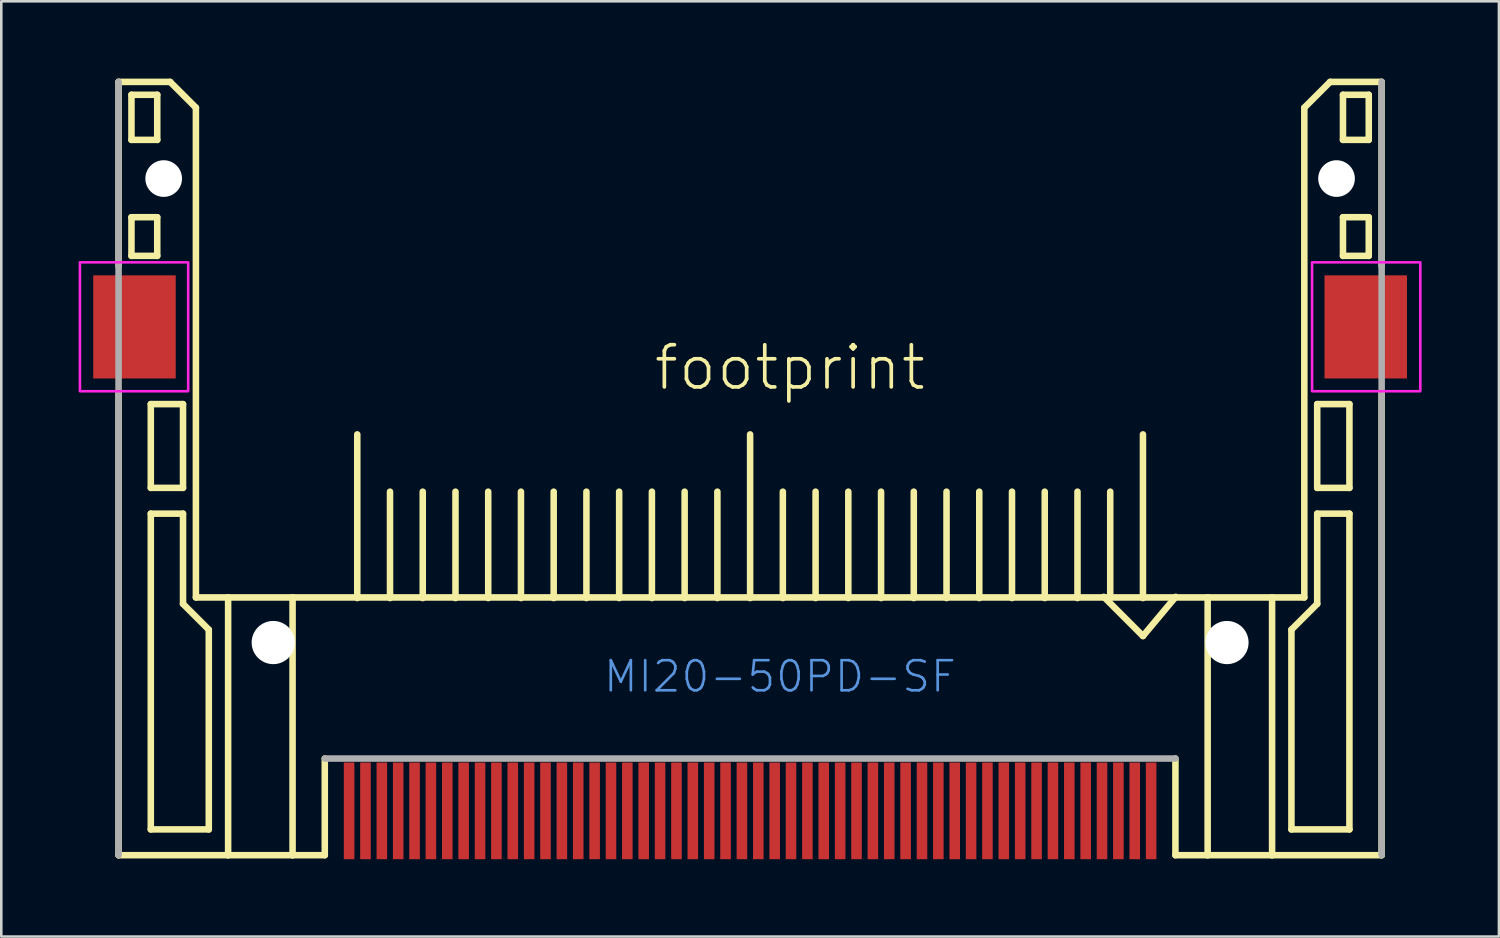
<source format=kicad_pcb>
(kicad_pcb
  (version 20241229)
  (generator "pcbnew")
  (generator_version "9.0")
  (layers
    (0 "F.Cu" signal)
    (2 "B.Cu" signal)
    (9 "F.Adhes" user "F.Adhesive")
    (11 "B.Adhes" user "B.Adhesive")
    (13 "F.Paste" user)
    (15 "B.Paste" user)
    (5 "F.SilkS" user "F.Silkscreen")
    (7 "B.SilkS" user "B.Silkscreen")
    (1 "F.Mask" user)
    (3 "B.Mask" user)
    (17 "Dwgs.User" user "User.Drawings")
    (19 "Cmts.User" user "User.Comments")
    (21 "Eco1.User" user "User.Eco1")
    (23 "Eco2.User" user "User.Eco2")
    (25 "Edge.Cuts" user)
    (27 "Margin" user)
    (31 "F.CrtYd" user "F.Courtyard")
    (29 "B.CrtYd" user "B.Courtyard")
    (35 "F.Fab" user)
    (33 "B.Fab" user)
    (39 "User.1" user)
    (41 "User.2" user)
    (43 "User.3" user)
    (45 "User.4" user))
  (footprint "footprint"
    (layer "F.Cu")
    (at 26.05 9.627)
    (property "Reference" "footprint" (at -3.81 2.54 0) (layer "F.SilkS") (effects (font (size 1.636 1.636) (thickness 0.142)) (justify left bottom)))
    (fp_poly (pts (xy -25.826 2.223) (xy -22.016 2.223) (xy -22.016 -2.223) (xy -25.826 -2.223)) (stroke (width 0) (type solid)) (fill yes) (layer "F.Mask"))
    (fp_poly (pts (xy 22.066 2.223) (xy 25.718 2.223) (xy 25.718 -2.223) (xy 22.066 -2.223)) (stroke (width 0) (type solid)) (fill yes) (layer "F.Mask"))
    (fp_line (start -24.5 -2.36) (end -24.5 -9.5) (stroke (width 0.254) (type solid)) (layer "F.SilkS"))
    (fp_line (start -24.5 20.5) (end -24.5 2.565) (stroke (width 0.254) (type solid)) (layer "F.SilkS"))
    (fp_line (start -24 -9) (end -23 -9) (stroke (width 0.254) (type solid)) (layer "F.SilkS"))
    (fp_line (start -24 -7.25) (end -24 -9) (stroke (width 0.254) (type solid)) (layer "F.SilkS"))
    (fp_line (start -24 -4.25) (end -23 -4.25) (stroke (width 0.254) (type solid)) (layer "F.SilkS"))
    (fp_line (start -24 -2.75) (end -24 -4.25) (stroke (width 0.254) (type solid)) (layer "F.SilkS"))
    (fp_line (start -23.25 3) (end -23.25 6.25) (stroke (width 0.254) (type solid)) (layer "F.SilkS"))
    (fp_line (start -23.25 6.25) (end -22 6.25) (stroke (width 0.254) (type solid)) (layer "F.SilkS"))
    (fp_line (start -23.25 7.25) (end -23.25 19.5) (stroke (width 0.254) (type solid)) (layer "F.SilkS"))
    (fp_line (start -23.25 19.5) (end -21 19.5) (stroke (width 0.254) (type solid)) (layer "F.SilkS"))
    (fp_line (start -23 -9) (end -23 -7.25) (stroke (width 0.254) (type solid)) (layer "F.SilkS"))
    (fp_line (start -23 -7.25) (end -24 -7.25) (stroke (width 0.254) (type solid)) (layer "F.SilkS"))
    (fp_line (start -23 -4.25) (end -23 -2.75) (stroke (width 0.254) (type solid)) (layer "F.SilkS"))
    (fp_line (start -23 -2.75) (end -24 -2.75) (stroke (width 0.254) (type solid)) (layer "F.SilkS"))
    (fp_line (start -22.5 -9.5) (end -24.5 -9.5) (stroke (width 0.254) (type solid)) (layer "F.SilkS"))
    (fp_line (start -22 3) (end -23.25 3) (stroke (width 0.254) (type solid)) (layer "F.SilkS"))
    (fp_line (start -22 6.25) (end -22 3) (stroke (width 0.254) (type solid)) (layer "F.SilkS"))
    (fp_line (start -22 7.25) (end -23.25 7.25) (stroke (width 0.254) (type solid)) (layer "F.SilkS"))
    (fp_line (start -22 10.75) (end -22 7.25) (stroke (width 0.254) (type solid)) (layer "F.SilkS"))
    (fp_line (start -21.5 -8.5) (end -22.5 -9.5) (stroke (width 0.254) (type solid)) (layer "F.SilkS"))
    (fp_line (start -21.5 10.5) (end -21.5 -8.5) (stroke (width 0.254) (type solid)) (layer "F.SilkS"))
    (fp_line (start -21.5 10.5) (end -20.25 10.5) (stroke (width 0.254) (type solid)) (layer "F.SilkS"))
    (fp_line (start -21 11.75) (end -22 10.75) (stroke (width 0.254) (type solid)) (layer "F.SilkS"))
    (fp_line (start -21 19.5) (end -21 11.75) (stroke (width 0.254) (type solid)) (layer "F.SilkS"))
    (fp_line (start -20.25 10.5) (end -20.25 20.5) (stroke (width 0.254) (type solid)) (layer "F.SilkS"))
    (fp_line (start -20.25 10.5) (end -17.75 10.5) (stroke (width 0.254) (type solid)) (layer "F.SilkS"))
    (fp_line (start -20.25 20.5) (end -24.5 20.5) (stroke (width 0.254) (type solid)) (layer "F.SilkS"))
    (fp_line (start -17.75 10.5) (end -17.75 20.5) (stroke (width 0.254) (type solid)) (layer "F.SilkS"))
    (fp_line (start -17.75 10.5) (end 17.75 10.5) (stroke (width 0.254) (type solid)) (layer "F.SilkS"))
    (fp_line (start -17.75 20.5) (end -20.25 20.5) (stroke (width 0.254) (type solid)) (layer "F.SilkS"))
    (fp_line (start -16.5 16.75) (end -16.5 20.5) (stroke (width 0.254) (type solid)) (layer "F.SilkS"))
    (fp_line (start -16.5 20.5) (end -17.75 20.5) (stroke (width 0.254) (type solid)) (layer "F.SilkS"))
    (fp_line (start -15.24 10.525) (end -15.24 4.175) (stroke (width 0.254) (type solid)) (layer "F.SilkS"))
    (fp_line (start -13.97 10.525) (end -13.97 6.397) (stroke (width 0.254) (type solid)) (layer "F.SilkS"))
    (fp_line (start -12.7 10.525) (end -12.7 6.397) (stroke (width 0.254) (type solid)) (layer "F.SilkS"))
    (fp_line (start -11.43 10.525) (end -11.43 6.397) (stroke (width 0.254) (type solid)) (layer "F.SilkS"))
    (fp_line (start -10.16 10.525) (end -10.16 6.397) (stroke (width 0.254) (type solid)) (layer "F.SilkS"))
    (fp_line (start -8.89 10.525) (end -8.89 6.397) (stroke (width 0.254) (type solid)) (layer "F.SilkS"))
    (fp_line (start -7.62 10.525) (end -7.62 6.397) (stroke (width 0.254) (type solid)) (layer "F.SilkS"))
    (fp_line (start -6.35 10.525) (end -6.35 6.397) (stroke (width 0.254) (type solid)) (layer "F.SilkS"))
    (fp_line (start -5.08 10.525) (end -5.08 6.397) (stroke (width 0.254) (type solid)) (layer "F.SilkS"))
    (fp_line (start -3.81 10.525) (end -3.81 6.397) (stroke (width 0.254) (type solid)) (layer "F.SilkS"))
    (fp_line (start -2.54 10.525) (end -2.54 6.397) (stroke (width 0.254) (type solid)) (layer "F.SilkS"))
    (fp_line (start -1.27 10.525) (end -1.27 6.397) (stroke (width 0.254) (type solid)) (layer "F.SilkS"))
    (fp_line (start 0 10.525) (end 0 4.175) (stroke (width 0.254) (type solid)) (layer "F.SilkS"))
    (fp_line (start 1.27 10.525) (end 1.27 6.397) (stroke (width 0.254) (type solid)) (layer "F.SilkS"))
    (fp_line (start 2.54 10.525) (end 2.54 6.397) (stroke (width 0.254) (type solid)) (layer "F.SilkS"))
    (fp_line (start 3.81 10.525) (end 3.81 6.397) (stroke (width 0.254) (type solid)) (layer "F.SilkS"))
    (fp_line (start 5.08 10.525) (end 5.08 6.397) (stroke (width 0.254) (type solid)) (layer "F.SilkS"))
    (fp_line (start 6.35 10.525) (end 6.35 6.397) (stroke (width 0.254) (type solid)) (layer "F.SilkS"))
    (fp_line (start 7.62 10.525) (end 7.62 6.397) (stroke (width 0.254) (type solid)) (layer "F.SilkS"))
    (fp_line (start 8.89 10.525) (end 8.89 6.397) (stroke (width 0.254) (type solid)) (layer "F.SilkS"))
    (fp_line (start 10.16 10.525) (end 10.16 6.397) (stroke (width 0.254) (type solid)) (layer "F.SilkS"))
    (fp_line (start 11.43 10.525) (end 11.43 6.397) (stroke (width 0.254) (type solid)) (layer "F.SilkS"))
    (fp_line (start 12.7 10.525) (end 12.7 6.397) (stroke (width 0.254) (type solid)) (layer "F.SilkS"))
    (fp_line (start 13.97 10.525) (end 13.97 6.397) (stroke (width 0.254) (type solid)) (layer "F.SilkS"))
    (fp_line (start 15.24 10.525) (end 15.24 4.175) (stroke (width 0.254) (type solid)) (layer "F.SilkS"))
    (fp_line (start 15.24 11.998) (end 13.72 10.477) (stroke (width 0.254) (type solid)) (layer "F.SilkS"))
    (fp_line (start 15.24 11.998) (end 16.51 10.477) (stroke (width 0.254) (type solid)) (layer "F.SilkS"))
    (fp_line (start 16.5 20.5) (end 16.5 16.75) (stroke (width 0.254) (type solid)) (layer "F.SilkS"))
    (fp_line (start 17.75 10.5) (end 17.75 20.5) (stroke (width 0.254) (type solid)) (layer "F.SilkS"))
    (fp_line (start 17.75 10.5) (end 20.25 10.5) (stroke (width 0.254) (type solid)) (layer "F.SilkS"))
    (fp_line (start 17.75 20.5) (end 16.5 20.5) (stroke (width 0.254) (type solid)) (layer "F.SilkS"))
    (fp_line (start 20.25 10.5) (end 21.5 10.5) (stroke (width 0.254) (type solid)) (layer "F.SilkS"))
    (fp_line (start 20.25 20.5) (end 17.75 20.5) (stroke (width 0.254) (type solid)) (layer "F.SilkS"))
    (fp_line (start 20.25 20.5) (end 20.25 10.5) (stroke (width 0.254) (type solid)) (layer "F.SilkS"))
    (fp_line (start 21 11.75) (end 21 19.5) (stroke (width 0.254) (type solid)) (layer "F.SilkS"))
    (fp_line (start 21 19.5) (end 23.25 19.5) (stroke (width 0.254) (type solid)) (layer "F.SilkS"))
    (fp_line (start 21.5 -8.5) (end 22.5 -9.5) (stroke (width 0.254) (type solid)) (layer "F.SilkS"))
    (fp_line (start 21.5 10.5) (end 21.5 -8.5) (stroke (width 0.254) (type solid)) (layer "F.SilkS"))
    (fp_line (start 22 3) (end 22 6.25) (stroke (width 0.254) (type solid)) (layer "F.SilkS"))
    (fp_line (start 22 6.25) (end 23.25 6.25) (stroke (width 0.254) (type solid)) (layer "F.SilkS"))
    (fp_line (start 22 7.25) (end 22 10.75) (stroke (width 0.254) (type solid)) (layer "F.SilkS"))
    (fp_line (start 22 10.75) (end 21 11.75) (stroke (width 0.254) (type solid)) (layer "F.SilkS"))
    (fp_line (start 23 -9) (end 24 -9) (stroke (width 0.254) (type solid)) (layer "F.SilkS"))
    (fp_line (start 23 -7.25) (end 23 -9) (stroke (width 0.254) (type solid)) (layer "F.SilkS"))
    (fp_line (start 23 -4.25) (end 23 -2.75) (stroke (width 0.254) (type solid)) (layer "F.SilkS"))
    (fp_line (start 23 -2.75) (end 24 -2.75) (stroke (width 0.254) (type solid)) (layer "F.SilkS"))
    (fp_line (start 23.25 3) (end 22 3) (stroke (width 0.254) (type solid)) (layer "F.SilkS"))
    (fp_line (start 23.25 6.25) (end 23.25 3) (stroke (width 0.254) (type solid)) (layer "F.SilkS"))
    (fp_line (start 23.25 7.25) (end 22 7.25) (stroke (width 0.254) (type solid)) (layer "F.SilkS"))
    (fp_line (start 23.25 19.5) (end 23.25 7.25) (stroke (width 0.254) (type solid)) (layer "F.SilkS"))
    (fp_line (start 24 -9) (end 24 -7.25) (stroke (width 0.254) (type solid)) (layer "F.SilkS"))
    (fp_line (start 24 -7.25) (end 23 -7.25) (stroke (width 0.254) (type solid)) (layer "F.SilkS"))
    (fp_line (start 24 -4.25) (end 23 -4.25) (stroke (width 0.254) (type solid)) (layer "F.SilkS"))
    (fp_line (start 24 -2.75) (end 24 -4.25) (stroke (width 0.254) (type solid)) (layer "F.SilkS"))
    (fp_line (start 24.5 -9.5) (end 22.5 -9.5) (stroke (width 0.254) (type solid)) (layer "F.SilkS"))
    (fp_line (start 24.5 -9.5) (end 24.5 -2.36) (stroke (width 0.254) (type solid)) (layer "F.SilkS"))
    (fp_line (start 24.5 2.565) (end 24.5 20.5) (stroke (width 0.254) (type solid)) (layer "F.SilkS"))
    (fp_line (start 24.5 20.5) (end 20.25 20.5) (stroke (width 0.254) (type solid)) (layer "F.SilkS"))
    (fp_poly (pts (xy -26 2.5) (xy -21.8 2.5) (xy -21.8 -2.5) (xy -26 -2.5)) (stroke (width 0.1) (type solid)) (fill no) (layer "F.CrtYd"))
    (fp_poly (pts (xy 21.8 2.5) (xy 26 2.5) (xy 26 -2.5) (xy 21.8 -2.5)) (stroke (width 0.1) (type solid)) (fill no) (layer "F.CrtYd"))
    (fp_line (start -24.5 20.5) (end -24.5 -9.5) (stroke (width 0.254) (type solid)) (layer "F.Fab"))
    (fp_line (start 16.5 16.75) (end -16.5 16.75) (stroke (width 0.254) (type solid)) (layer "F.Fab"))
    (fp_line (start 24.5 -9.5) (end 24.5 20.5) (stroke (width 0.254) (type solid)) (layer "F.Fab"))
    (fp_text user "MI20-50PD-SF" (at -5.75 14.25 0) (layer "Cmts.User") (effects (font (size 1.168 1.168) (thickness 0.102)) (justify left bottom)))
    (pad "" np_thru_hole circle (at -22.75 -5.75) (size 1.422 1.422) (drill 1.422) (layers "*.Cu" "*.Mask"))
    (pad "" np_thru_hole circle (at -18.5 12.25) (size 1.676 1.676) (drill 1.676) (layers "*.Cu" "*.Mask"))
    (pad "" np_thru_hole circle (at 18.5 12.25) (size 1.676 1.676) (drill 1.676) (layers "*.Cu" "*.Mask"))
    (pad "" np_thru_hole circle (at 22.75 -5.75) (size 1.422 1.422) (drill 1.422) (layers "*.Cu" "*.Mask"))
    (pad "1" smd rect (at 15.557 18.78) (size 0.41 3.75) (layers "F.Cu" "F.Mask" "F.Paste"))
    (pad "2" smd rect (at 14.287 18.78) (size 0.41 3.75) (layers "F.Cu" "F.Mask" "F.Paste"))
    (pad "3" smd rect (at 13.018 18.78) (size 0.41 3.75) (layers "F.Cu" "F.Mask" "F.Paste"))
    (pad "4" smd rect (at 11.748 18.78) (size 0.41 3.75) (layers "F.Cu" "F.Mask" "F.Paste"))
    (pad "5" smd rect (at 10.477 18.78) (size 0.41 3.75) (layers "F.Cu" "F.Mask" "F.Paste"))
    (pad "6" smd rect (at 9.207 18.78) (size 0.41 3.75) (layers "F.Cu" "F.Mask" "F.Paste"))
    (pad "7" smd rect (at 7.938 18.78) (size 0.41 3.75) (layers "F.Cu" "F.Mask" "F.Paste"))
    (pad "8" smd rect (at 6.668 18.78) (size 0.41 3.75) (layers "F.Cu" "F.Mask" "F.Paste"))
    (pad "9" smd rect (at 5.397 18.78) (size 0.41 3.75) (layers "F.Cu" "F.Mask" "F.Paste"))
    (pad "10" smd rect (at 4.128 18.78) (size 0.41 3.75) (layers "F.Cu" "F.Mask" "F.Paste"))
    (pad "11" smd rect (at 2.857 18.78) (size 0.41 3.75) (layers "F.Cu" "F.Mask" "F.Paste"))
    (pad "12" smd rect (at 1.587 18.78) (size 0.41 3.75) (layers "F.Cu" "F.Mask" "F.Paste"))
    (pad "13" smd rect (at 0.318 18.78) (size 0.41 3.75) (layers "F.Cu" "F.Mask" "F.Paste"))
    (pad "14" smd rect (at -0.953 18.78) (size 0.41 3.75) (layers "F.Cu" "F.Mask" "F.Paste"))
    (pad "15" smd rect (at -2.223 18.78) (size 0.41 3.75) (layers "F.Cu" "F.Mask" "F.Paste"))
    (pad "16" smd rect (at -3.493 18.78) (size 0.41 3.75) (layers "F.Cu" "F.Mask" "F.Paste"))
    (pad "17" smd rect (at -4.763 18.78) (size 0.41 3.75) (layers "F.Cu" "F.Mask" "F.Paste"))
    (pad "18" smd rect (at -6.032 18.78) (size 0.41 3.75) (layers "F.Cu" "F.Mask" "F.Paste"))
    (pad "19" smd rect (at -7.303 18.78) (size 0.41 3.75) (layers "F.Cu" "F.Mask" "F.Paste"))
    (pad "20" smd rect (at -8.572 18.78) (size 0.41 3.75) (layers "F.Cu" "F.Mask" "F.Paste"))
    (pad "21" smd rect (at -9.842 18.78) (size 0.41 3.75) (layers "F.Cu" "F.Mask" "F.Paste"))
    (pad "22" smd rect (at -11.113 18.78) (size 0.41 3.75) (layers "F.Cu" "F.Mask" "F.Paste"))
    (pad "23" smd rect (at -12.383 18.78) (size 0.41 3.75) (layers "F.Cu" "F.Mask" "F.Paste"))
    (pad "24" smd rect (at -13.652 18.78) (size 0.41 3.75) (layers "F.Cu" "F.Mask" "F.Paste"))
    (pad "25" smd rect (at -14.922 18.78) (size 0.41 3.75) (layers "F.Cu" "F.Mask" "F.Paste"))
    (pad "26" smd rect (at 14.922 18.78) (size 0.41 3.75) (layers "F.Cu" "F.Mask" "F.Paste"))
    (pad "27" smd rect (at 13.652 18.78) (size 0.41 3.75) (layers "F.Cu" "F.Mask" "F.Paste"))
    (pad "28" smd rect (at 12.383 18.78) (size 0.41 3.75) (layers "F.Cu" "F.Mask" "F.Paste"))
    (pad "29" smd rect (at 11.113 18.78) (size 0.41 3.75) (layers "F.Cu" "F.Mask" "F.Paste"))
    (pad "30" smd rect (at 9.842 18.78) (size 0.41 3.75) (layers "F.Cu" "F.Mask" "F.Paste"))
    (pad "31" smd rect (at 8.572 18.78) (size 0.41 3.75) (layers "F.Cu" "F.Mask" "F.Paste"))
    (pad "32" smd rect (at 7.303 18.78) (size 0.41 3.75) (layers "F.Cu" "F.Mask" "F.Paste"))
    (pad "33" smd rect (at 6.032 18.78) (size 0.41 3.75) (layers "F.Cu" "F.Mask" "F.Paste"))
    (pad "34" smd rect (at 4.763 18.78) (size 0.41 3.75) (layers "F.Cu" "F.Mask" "F.Paste"))
    (pad "35" smd rect (at 3.493 18.78) (size 0.41 3.75) (layers "F.Cu" "F.Mask" "F.Paste"))
    (pad "36" smd rect (at 2.223 18.78) (size 0.41 3.75) (layers "F.Cu" "F.Mask" "F.Paste"))
    (pad "37" smd rect (at 0.953 18.78) (size 0.41 3.75) (layers "F.Cu" "F.Mask" "F.Paste"))
    (pad "38" smd rect (at -0.318 18.78) (size 0.41 3.75) (layers "F.Cu" "F.Mask" "F.Paste"))
    (pad "39" smd rect (at -1.587 18.78) (size 0.41 3.75) (layers "F.Cu" "F.Mask" "F.Paste"))
    (pad "40" smd rect (at -2.857 18.78) (size 0.41 3.75) (layers "F.Cu" "F.Mask" "F.Paste"))
    (pad "41" smd rect (at -4.128 18.78) (size 0.41 3.75) (layers "F.Cu" "F.Mask" "F.Paste"))
    (pad "42" smd rect (at -5.397 18.78) (size 0.41 3.75) (layers "F.Cu" "F.Mask" "F.Paste"))
    (pad "43" smd rect (at -6.668 18.78) (size 0.41 3.75) (layers "F.Cu" "F.Mask" "F.Paste"))
    (pad "44" smd rect (at -7.938 18.78) (size 0.41 3.75) (layers "F.Cu" "F.Mask" "F.Paste"))
    (pad "45" smd rect (at -9.207 18.78) (size 0.41 3.75) (layers "F.Cu" "F.Mask" "F.Paste"))
    (pad "46" smd rect (at -10.477 18.78) (size 0.41 3.75) (layers "F.Cu" "F.Mask" "F.Paste"))
    (pad "47" smd rect (at -11.748 18.78) (size 0.41 3.75) (layers "F.Cu" "F.Mask" "F.Paste"))
    (pad "48" smd rect (at -13.018 18.78) (size 0.41 3.75) (layers "F.Cu" "F.Mask" "F.Paste"))
    (pad "49" smd rect (at -14.287 18.78) (size 0.41 3.75) (layers "F.Cu" "F.Mask" "F.Paste"))
    (pad "50" smd rect (at -15.557 18.78) (size 0.41 3.75) (layers "F.Cu" "F.Mask" "F.Paste"))
    (pad "M1" smd rect (at -23.883 0.005) (size 3.2 4) (layers "F.Cu" "F.Mask" "F.Paste"))
    (pad "M2" smd rect (at 23.883 0.005) (size 3.2 4) (layers "F.Cu" "F.Mask" "F.Paste"))
    (zone (net_name "") (layer "F.Cu") (hatch edge 0.508) (connect_pads) (min_thickness 0.254) (filled_areas_thickness no) (keepout (tracks not_allowed) (vias not_allowed) (pads not_allowed) (copperpour not_allowed) (footprints allowed)) (placement (enabled no)) (fill) (polygon (pts (xy 0.05 12.127) (xy 4.25 12.127) (xy 4.25 7.127) (xy 0.05 7.127))))
    (zone (net_name "") (layer "F.Cu") (hatch edge 0.508) (connect_pads) (min_thickness 0.254) (filled_areas_thickness no) (keepout (tracks not_allowed) (vias not_allowed) (pads not_allowed) (copperpour not_allowed) (footprints allowed)) (placement (enabled no)) (fill) (polygon (pts (xy 47.85 12.127) (xy 52.05 12.127) (xy 52.05 7.127) (xy 47.85 7.127)))))
  (gr_rect
    (start -3 -3)
    (end 55.1 33.282)
    (stroke (width 0.1) (type default))
    (fill no)
    (layer "Edge.Cuts")))
</source>
